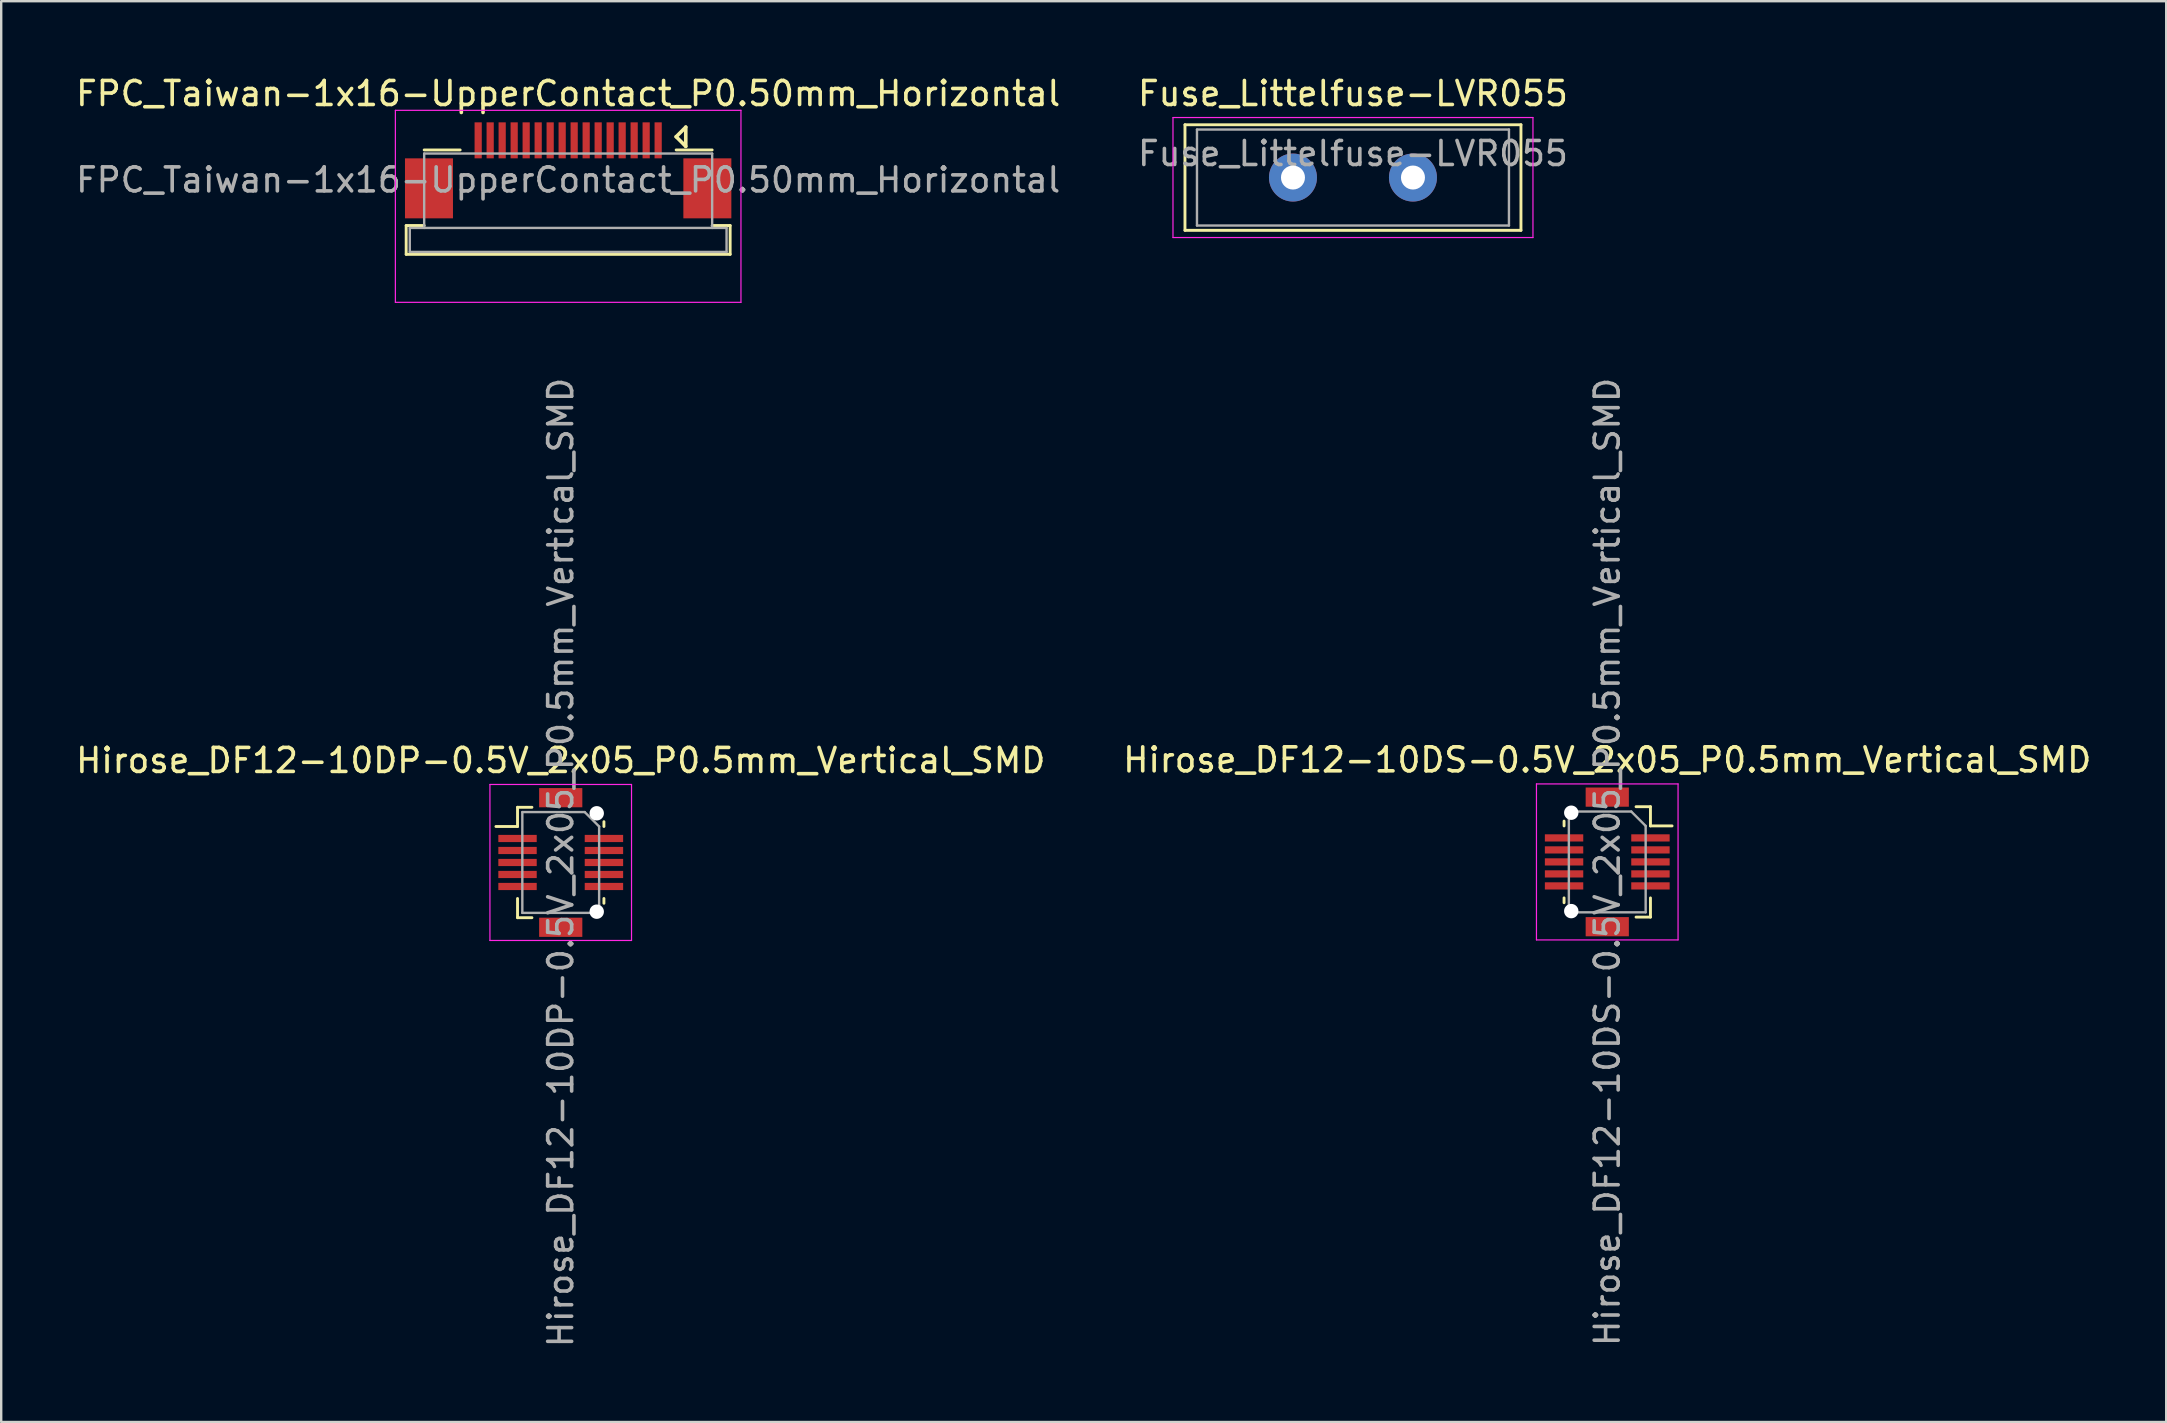
<source format=kicad_pcb>
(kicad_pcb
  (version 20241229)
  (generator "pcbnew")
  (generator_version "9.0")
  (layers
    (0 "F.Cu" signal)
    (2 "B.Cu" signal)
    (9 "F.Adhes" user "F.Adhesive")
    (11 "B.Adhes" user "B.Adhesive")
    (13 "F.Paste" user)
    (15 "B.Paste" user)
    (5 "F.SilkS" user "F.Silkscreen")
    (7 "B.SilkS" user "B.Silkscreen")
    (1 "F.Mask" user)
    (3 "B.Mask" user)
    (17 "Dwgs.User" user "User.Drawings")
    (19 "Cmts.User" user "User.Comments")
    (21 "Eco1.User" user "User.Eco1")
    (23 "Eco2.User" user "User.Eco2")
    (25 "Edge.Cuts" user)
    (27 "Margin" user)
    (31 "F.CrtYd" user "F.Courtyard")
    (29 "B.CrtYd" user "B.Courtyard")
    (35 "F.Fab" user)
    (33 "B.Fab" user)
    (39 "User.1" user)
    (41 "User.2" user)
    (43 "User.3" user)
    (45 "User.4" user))
  (footprint "Hirose_DF12-10DS-0.5V_2x05_P0.5mm_Vertical_SMD"
    (layer "F.Cu")
    (at 63.923 32.865)
    (property "Reference" "Hirose_DF12-10DS-0.5V_2x05_P0.5mm_Vertical_SMD" (at 0 -4.25 0) (layer "F.SilkS") (effects (font (size 1 1) (thickness 0.15))))
    (attr smd)
    (fp_line (start -1.8 -1.7) (end -1.8 -1.5) (stroke (width 0.12) (type solid)) (layer "F.SilkS"))
    (fp_line (start -1.8 1.5) (end -1.8 1.7) (stroke (width 0.12) (type solid)) (layer "F.SilkS"))
    (fp_line (start 1.2 -2.3) (end 1.8 -2.3) (stroke (width 0.12) (type solid)) (layer "F.SilkS"))
    (fp_line (start 1.2 2.3) (end 1.8 2.3) (stroke (width 0.12) (type solid)) (layer "F.SilkS"))
    (fp_line (start 1.8 -2.3) (end 1.8 -1.5) (stroke (width 0.12) (type solid)) (layer "F.SilkS"))
    (fp_line (start 1.8 -1.5) (end 2.7 -1.5) (stroke (width 0.12) (type solid)) (layer "F.SilkS"))
    (fp_line (start 1.8 1.5) (end 1.8 2.3) (stroke (width 0.12) (type solid)) (layer "F.SilkS"))
    (fp_line (start -2.95 -3.25) (end 2.95 -3.25) (stroke (width 0.05) (type solid)) (layer "F.CrtYd"))
    (fp_line (start -2.95 3.25) (end -2.95 -3.25) (stroke (width 0.05) (type solid)) (layer "F.CrtYd"))
    (fp_line (start 2.95 -3.25) (end 2.95 3.25) (stroke (width 0.05) (type solid)) (layer "F.CrtYd"))
    (fp_line (start 2.95 3.25) (end -2.95 3.25) (stroke (width 0.05) (type solid)) (layer "F.CrtYd"))
    (fp_line (start -1.6 -2.1) (end 1 -2.1) (stroke (width 0.1) (type solid)) (layer "F.Fab"))
    (fp_line (start -1.6 2.1) (end -1.6 -2.1) (stroke (width 0.1) (type solid)) (layer "F.Fab"))
    (fp_line (start 1 -2.1) (end 1.6 -1.5) (stroke (width 0.1) (type solid)) (layer "F.Fab"))
    (fp_line (start 1.6 -1.5) (end 1.6 2.1) (stroke (width 0.1) (type solid)) (layer "F.Fab"))
    (fp_line (start 1.6 2.1) (end -1.6 2.1) (stroke (width 0.1) (type solid)) (layer "F.Fab"))
    (fp_text user "${REFERENCE}" (at 0 0 90) (layer "F.Fab") (effects (font (size 1 1) (thickness 0.15))))
    (pad "" np_thru_hole circle (at -1.5 -2.05) (size 0.6 0.6) (drill 0.6) (layers "*.Cu" "*.Mask"))
    (pad "" np_thru_hole circle (at -1.5 2.05) (size 0.6 0.6) (drill 0.6) (layers "*.Cu" "*.Mask"))
    (pad "" smd rect (at 0 -2.7) (size 1.8 0.8) (layers "F.Cu" "F.Mask" "F.Paste"))
    (pad "" smd rect (at 0 2.7) (size 1.8 0.8) (layers "F.Cu" "F.Mask" "F.Paste"))
    (pad "1" smd rect (at 1.8 -1) (size 1.6 0.3) (layers "F.Cu" "F.Mask" "F.Paste"))
    (pad "2" smd rect (at -1.8 -1) (size 1.6 0.3) (layers "F.Cu" "F.Mask" "F.Paste"))
    (pad "3" smd rect (at 1.8 -0.5) (size 1.6 0.3) (layers "F.Cu" "F.Mask" "F.Paste"))
    (pad "4" smd rect (at -1.8 -0.5) (size 1.6 0.3) (layers "F.Cu" "F.Mask" "F.Paste"))
    (pad "5" smd rect (at 1.8 0) (size 1.6 0.3) (layers "F.Cu" "F.Mask" "F.Paste"))
    (pad "6" smd rect (at -1.8 0) (size 1.6 0.3) (layers "F.Cu" "F.Mask" "F.Paste"))
    (pad "7" smd rect (at 1.8 0.5) (size 1.6 0.3) (layers "F.Cu" "F.Mask" "F.Paste"))
    (pad "8" smd rect (at -1.8 0.5) (size 1.6 0.3) (layers "F.Cu" "F.Mask" "F.Paste"))
    (pad "9" smd rect (at 1.8 1) (size 1.6 0.3) (layers "F.Cu" "F.Mask" "F.Paste"))
    (pad "10" smd rect (at -1.8 1) (size 1.6 0.3) (layers "F.Cu" "F.Mask" "F.Paste")))
  (footprint "Hirose_DF12-10DP-0.5V_2x05_P0.5mm_Vertical_SMD"
    (layer "F.Cu")
    (at 20.315 32.889)
    (property "Reference" "Hirose_DF12-10DP-0.5V_2x05_P0.5mm_Vertical_SMD" (at 0 -4.25 0) (layer "F.SilkS") (effects (font (size 1 1) (thickness 0.15))))
    (attr smd)
    (fp_line (start -2.7 -1.5) (end -1.8 -1.5) (stroke (width 0.12) (type solid)) (layer "F.SilkS"))
    (fp_line (start -1.8 -2.3) (end -1.8 -1.5) (stroke (width 0.12) (type solid)) (layer "F.SilkS"))
    (fp_line (start -1.8 -2.3) (end -1.2 -2.3) (stroke (width 0.12) (type solid)) (layer "F.SilkS"))
    (fp_line (start -1.8 1.5) (end -1.8 2.3) (stroke (width 0.12) (type solid)) (layer "F.SilkS"))
    (fp_line (start -1.8 2.3) (end -1.2 2.3) (stroke (width 0.12) (type solid)) (layer "F.SilkS"))
    (fp_line (start 1.8 -1.7) (end 1.8 -1.5) (stroke (width 0.12) (type solid)) (layer "F.SilkS"))
    (fp_line (start 1.8 1.5) (end 1.8 1.7) (stroke (width 0.12) (type solid)) (layer "F.SilkS"))
    (fp_line (start -2.95 -3.25) (end 2.95 -3.25) (stroke (width 0.05) (type solid)) (layer "F.CrtYd"))
    (fp_line (start -2.95 3.25) (end -2.95 -3.25) (stroke (width 0.05) (type solid)) (layer "F.CrtYd"))
    (fp_line (start 2.95 -3.25) (end 2.95 3.25) (stroke (width 0.05) (type solid)) (layer "F.CrtYd"))
    (fp_line (start 2.95 3.25) (end -2.95 3.25) (stroke (width 0.05) (type solid)) (layer "F.CrtYd"))
    (fp_line (start -1.6 -2.1) (end 1 -2.1) (stroke (width 0.1) (type solid)) (layer "F.Fab"))
    (fp_line (start -1.6 2.1) (end -1.6 -2.1) (stroke (width 0.1) (type solid)) (layer "F.Fab"))
    (fp_line (start 1 -2.1) (end 1.6 -1.5) (stroke (width 0.1) (type solid)) (layer "F.Fab"))
    (fp_line (start 1.6 -1.5) (end 1.6 2.1) (stroke (width 0.1) (type solid)) (layer "F.Fab"))
    (fp_line (start 1.6 2.1) (end -1.6 2.1) (stroke (width 0.1) (type solid)) (layer "F.Fab"))
    (fp_text user "${REFERENCE}" (at 0 0 90) (layer "F.Fab") (effects (font (size 1 1) (thickness 0.15))))
    (pad "" np_thru_hole circle (at 1.5 -2.05) (size 0.6 0.6) (drill 0.6) (layers "*.Cu" "*.Mask"))
    (pad "" np_thru_hole circle (at 1.5 2.05) (size 0.6 0.6) (drill 0.6) (layers "*.Cu" "*.Mask"))
    (pad "1" smd rect (at -1.8 -1) (size 1.6 0.3) (layers "F.Cu" "F.Mask" "F.Paste"))
    (pad "2" smd rect (at 1.8 -1) (size 1.6 0.3) (layers "F.Cu" "F.Mask" "F.Paste"))
    (pad "3" smd rect (at -1.8 -0.5) (size 1.6 0.3) (layers "F.Cu" "F.Mask" "F.Paste"))
    (pad "4" smd rect (at 1.8 -0.5) (size 1.6 0.3) (layers "F.Cu" "F.Mask" "F.Paste"))
    (pad "5" smd rect (at -1.8 0) (size 1.6 0.3) (layers "F.Cu" "F.Mask" "F.Paste"))
    (pad "6" smd rect (at 1.8 0) (size 1.6 0.3) (layers "F.Cu" "F.Mask" "F.Paste"))
    (pad "7" smd rect (at -1.8 0.5) (size 1.6 0.3) (layers "F.Cu" "F.Mask" "F.Paste"))
    (pad "8" smd rect (at 1.8 0.5) (size 1.6 0.3) (layers "F.Cu" "F.Mask" "F.Paste"))
    (pad "9" smd rect (at -1.8 1) (size 1.6 0.3) (layers "F.Cu" "F.Mask" "F.Paste"))
    (pad "10" smd rect (at 1.8 1) (size 1.6 0.3) (layers "F.Cu" "F.Mask" "F.Paste"))
    (pad "MP" smd rect (at 0 -2.7) (size 1.8 0.8) (layers "F.Cu" "F.Mask" "F.Paste"))
    (pad "MP" smd rect (at 0 2.7) (size 1.8 0.8) (layers "F.Cu" "F.Mask" "F.Paste")))
  (footprint "FPC_Taiwan-1x16-UpperContact_P0.50mm_Horizontal"
    (layer "F.Cu")
    (at 20.625 4.548)
    (property "Reference" "FPC_Taiwan-1x16-UpperContact_P0.50mm_Horizontal" (at 0 -3.7 0) (layer "F.SilkS") (effects (font (size 1 1) (thickness 0.15))))
    (attr smd)
    (fp_line (start -6.75 1.8) (end -6.75 3) (stroke (width 0.12) (type solid)) (layer "F.SilkS"))
    (fp_line (start -6.75 1.8) (end -6 1.8) (stroke (width 0.12) (type solid)) (layer "F.SilkS"))
    (fp_line (start -6.75 3) (end 6.75 3) (stroke (width 0.12) (type solid)) (layer "F.SilkS"))
    (fp_line (start -4.5 -1.35) (end -6 -1.35) (stroke (width 0.12) (type solid)) (layer "F.SilkS"))
    (fp_line (start 4.5 -1.9) (end 4.9 -1.5) (stroke (width 0.15) (type solid)) (layer "F.SilkS"))
    (fp_line (start 4.5 -1.35) (end 6 -1.35) (stroke (width 0.12) (type solid)) (layer "F.SilkS"))
    (fp_line (start 4.9 -2.3) (end 4.5 -1.9) (stroke (width 0.15) (type solid)) (layer "F.SilkS"))
    (fp_line (start 4.9 -1.5) (end 4.9 -2.3) (stroke (width 0.15) (type solid)) (layer "F.SilkS"))
    (fp_line (start 6 1.8) (end 6.75 1.8) (stroke (width 0.12) (type solid)) (layer "F.SilkS"))
    (fp_line (start 6.75 3) (end 6.75 1.8) (stroke (width 0.12) (type solid)) (layer "F.SilkS"))
    (fp_line (start -7.2 -3) (end -7.2 5) (stroke (width 0.05) (type solid)) (layer "F.CrtYd"))
    (fp_line (start -7.2 5) (end 7.2 5) (stroke (width 0.05) (type solid)) (layer "F.CrtYd"))
    (fp_line (start 7.2 -3) (end -7.2 -3) (stroke (width 0.05) (type solid)) (layer "F.CrtYd"))
    (fp_line (start 7.2 5) (end 7.2 -3) (stroke (width 0.05) (type solid)) (layer "F.CrtYd"))
    (fp_line (start -6.6 1.9) (end -6.6 2.9) (stroke (width 0.1) (type solid)) (layer "F.Fab"))
    (fp_line (start -6.6 1.9) (end 6.6 1.9) (stroke (width 0.1) (type solid)) (layer "F.Fab"))
    (fp_line (start -6 -1.2) (end -6 1.9) (stroke (width 0.1) (type solid)) (layer "F.Fab"))
    (fp_line (start 6 -1.2) (end -6 -1.2) (stroke (width 0.1) (type solid)) (layer "F.Fab"))
    (fp_line (start 6 -1.2) (end 6 1.9) (stroke (width 0.1) (type solid)) (layer "F.Fab"))
    (fp_line (start 6.6 1.9) (end 6.6 2.9) (stroke (width 0.1) (type solid)) (layer "F.Fab"))
    (fp_line (start 6.6 2.9) (end -6.6 2.9) (stroke (width 0.1) (type solid)) (layer "F.Fab"))
    (fp_text user "${REFERENCE}" (at 0 -0.1 0) (layer "F.Fab") (effects (font (size 1 1) (thickness 0.15))))
    (pad "1" smd rect (at 3.75 -1.75) (size 0.3 1.5) (layers "F.Cu" "F.Mask" "F.Paste"))
    (pad "2" smd rect (at 3.25 -1.75) (size 0.3 1.5) (layers "F.Cu" "F.Mask" "F.Paste"))
    (pad "3" smd rect (at 2.75 -1.75) (size 0.3 1.5) (layers "F.Cu" "F.Mask" "F.Paste"))
    (pad "4" smd rect (at 2.25 -1.75) (size 0.3 1.5) (layers "F.Cu" "F.Mask" "F.Paste"))
    (pad "5" smd rect (at 1.75 -1.75) (size 0.3 1.5) (layers "F.Cu" "F.Mask" "F.Paste"))
    (pad "6" smd rect (at 1.25 -1.75) (size 0.3 1.5) (layers "F.Cu" "F.Mask" "F.Paste"))
    (pad "7" smd rect (at 0.75 -1.75) (size 0.3 1.5) (layers "F.Cu" "F.Mask" "F.Paste"))
    (pad "8" smd rect (at 0.25 -1.75) (size 0.3 1.5) (layers "F.Cu" "F.Mask" "F.Paste"))
    (pad "9" smd rect (at -0.25 -1.75) (size 0.3 1.5) (layers "F.Cu" "F.Mask" "F.Paste"))
    (pad "10" smd rect (at -0.75 -1.75) (size 0.3 1.5) (layers "F.Cu" "F.Mask" "F.Paste"))
    (pad "11" smd rect (at -1.25 -1.75) (size 0.3 1.5) (layers "F.Cu" "F.Mask" "F.Paste"))
    (pad "12" smd rect (at -1.75 -1.75) (size 0.3 1.5) (layers "F.Cu" "F.Mask" "F.Paste"))
    (pad "13" smd rect (at -2.25 -1.75) (size 0.3 1.5) (layers "F.Cu" "F.Mask" "F.Paste"))
    (pad "14" smd rect (at -2.75 -1.75) (size 0.3 1.5) (layers "F.Cu" "F.Mask" "F.Paste"))
    (pad "15" smd rect (at -3.25 -1.75) (size 0.3 1.5) (layers "F.Cu" "F.Mask" "F.Paste"))
    (pad "16" smd rect (at -3.75 -1.75) (size 0.3 1.5) (layers "F.Cu" "F.Mask" "F.Paste"))
    (pad "MP" smd rect (at -5.8 0.25) (size 2 2.5) (layers "F.Cu" "F.Mask" "F.Paste"))
    (pad "MP" smd rect (at 5.8 0.25) (size 2 2.5) (layers "F.Cu" "F.Mask" "F.Paste")))
  (footprint "Fuse_Littelfuse-LVR055"
    (layer "F.Cu")
    (at 50.827 4.348)
    (property "Reference" "Fuse_Littelfuse-LVR055" (at 2.5 -3.5 0) (layer "F.SilkS") (effects (font (size 1 1) (thickness 0.15))))
    (attr through_hole)
    (fp_line (start -4.5 -2.2) (end -4.5 2.2) (stroke (width 0.12) (type solid)) (layer "F.SilkS"))
    (fp_line (start -4.5 -2.2) (end 9.5 -2.2) (stroke (width 0.12) (type solid)) (layer "F.SilkS"))
    (fp_line (start 9.5 2.2) (end -4.5 2.2) (stroke (width 0.12) (type solid)) (layer "F.SilkS"))
    (fp_line (start 9.5 2.2) (end 9.5 -2.2) (stroke (width 0.12) (type solid)) (layer "F.SilkS"))
    (fp_line (start -5 -2.5) (end -5 2.5) (stroke (width 0.05) (type solid)) (layer "F.CrtYd"))
    (fp_line (start -5 -2.5) (end 10 -2.5) (stroke (width 0.05) (type solid)) (layer "F.CrtYd"))
    (fp_line (start 10 2.5) (end -5 2.5) (stroke (width 0.05) (type solid)) (layer "F.CrtYd"))
    (fp_line (start 10 2.5) (end 10 -2.5) (stroke (width 0.05) (type solid)) (layer "F.CrtYd"))
    (fp_line (start -4 -2) (end -4 2) (stroke (width 0.1) (type solid)) (layer "F.Fab"))
    (fp_line (start -4 2) (end 9 2) (stroke (width 0.1) (type solid)) (layer "F.Fab"))
    (fp_line (start 9 -2) (end -4 -2) (stroke (width 0.1) (type solid)) (layer "F.Fab"))
    (fp_line (start 9 2) (end 9 -2) (stroke (width 0.1) (type solid)) (layer "F.Fab"))
    (fp_text user "${REFERENCE}" (at 2.5 -1 0) (layer "F.Fab") (effects (font (size 1 1) (thickness 0.15))))
    (pad "1" thru_hole circle (at 0 0) (size 2 2) (drill 1) (layers "*.Cu" "*.Mask"))
    (pad "2" thru_hole circle (at 5 0) (size 2 2) (drill 1) (layers "*.Cu" "*.Mask")))
  (gr_rect
    (start -3 -3)
    (end 87.214 56.204)
    (stroke (width 0.1) (type default))
    (fill no)
    (layer "Edge.Cuts")))
</source>
